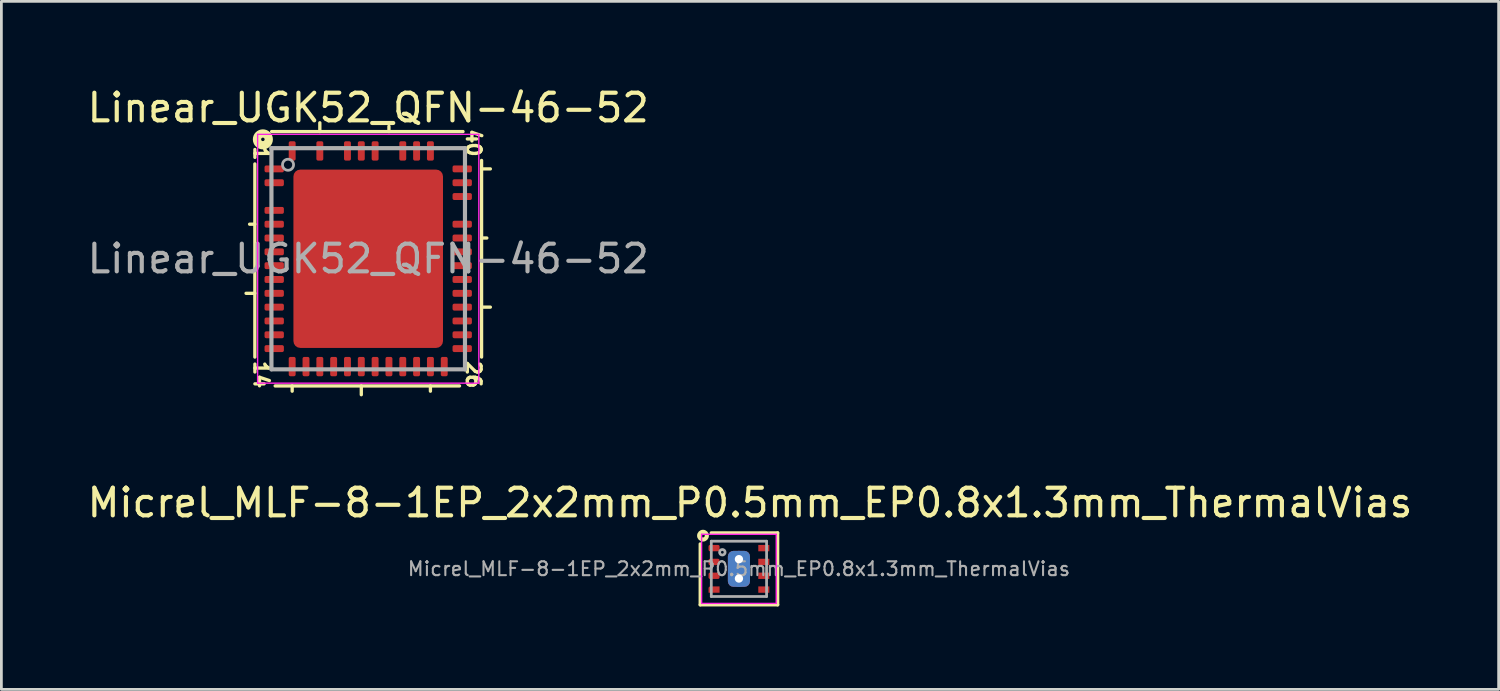
<source format=kicad_pcb>
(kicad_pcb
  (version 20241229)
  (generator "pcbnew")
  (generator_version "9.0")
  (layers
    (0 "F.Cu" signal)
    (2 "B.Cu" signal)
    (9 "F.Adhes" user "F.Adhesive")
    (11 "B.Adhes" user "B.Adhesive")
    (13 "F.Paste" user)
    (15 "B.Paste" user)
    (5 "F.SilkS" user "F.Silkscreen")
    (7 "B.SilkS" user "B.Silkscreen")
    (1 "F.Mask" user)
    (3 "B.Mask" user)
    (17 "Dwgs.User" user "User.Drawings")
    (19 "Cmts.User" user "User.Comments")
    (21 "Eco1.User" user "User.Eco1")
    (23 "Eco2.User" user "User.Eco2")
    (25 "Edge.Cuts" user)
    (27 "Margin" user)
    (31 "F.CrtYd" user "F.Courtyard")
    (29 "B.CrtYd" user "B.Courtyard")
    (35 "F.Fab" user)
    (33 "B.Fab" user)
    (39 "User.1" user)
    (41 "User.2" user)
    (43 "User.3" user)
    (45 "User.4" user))
  (footprint "Linear_UGK52_QFN-46-52"
    (layer "F.Cu")
    (at 10.268 6.309)
    (property "Reference" "Linear_UGK52_QFN-46-52" (at 0 -5.461 0) (layer "F.SilkS") (effects (font (size 1 1) (thickness 0.15))))
    (attr smd)
    (fp_line (start -4.1 -3.429) (end -4.1 3.556) (stroke (width 0.12) (type solid)) (layer "F.SilkS"))
    (fp_line (start -4.1 -1.25) (end -4.29 -1.25) (stroke (width 0.12) (type solid)) (layer "F.SilkS"))
    (fp_line (start -4.1 1.25) (end -4.418 1.25) (stroke (width 0.12) (type solid)) (layer "F.SilkS"))
    (fp_line (start -3.365 4.6) (end 3.302 4.6) (stroke (width 0.12) (type solid)) (layer "F.SilkS"))
    (fp_line (start -2.75 4.6) (end -2.75 4.79) (stroke (width 0.12) (type solid)) (layer "F.SilkS"))
    (fp_line (start -1.75 -4.6) (end -1.75 -4.918) (stroke (width 0.12) (type solid)) (layer "F.SilkS"))
    (fp_line (start -0.25 4.6) (end -0.25 4.918) (stroke (width 0.12) (type solid)) (layer "F.SilkS"))
    (fp_line (start 0.75 -4.6) (end 0.75 -4.79) (stroke (width 0.12) (type solid)) (layer "F.SilkS"))
    (fp_line (start 2.25 4.6) (end 2.25 4.79) (stroke (width 0.12) (type solid)) (layer "F.SilkS"))
    (fp_line (start 3.429 -4.6) (end -3.493 -4.6) (stroke (width 0.12) (type solid)) (layer "F.SilkS"))
    (fp_line (start 4.1 -3.25) (end 4.418 -3.25) (stroke (width 0.12) (type solid)) (layer "F.SilkS"))
    (fp_line (start 4.1 -0.75) (end 4.29 -0.75) (stroke (width 0.12) (type solid)) (layer "F.SilkS"))
    (fp_line (start 4.1 1.75) (end 4.418 1.75) (stroke (width 0.12) (type solid)) (layer "F.SilkS"))
    (fp_line (start 4.1 3.556) (end 4.1 -3.556) (stroke (width 0.12) (type solid)) (layer "F.SilkS"))
    (fp_circle (center -3.81 -4.318) (end -3.747 -4.318) (stroke (width 0.3) (type solid)) (fill no) (layer "F.SilkS"))
    (fp_line (start -4 -4.5) (end -4 4.5) (stroke (width 0.05) (type solid)) (layer "F.CrtYd"))
    (fp_line (start -4 -4.5) (end 4 -4.5) (stroke (width 0.05) (type solid)) (layer "F.CrtYd"))
    (fp_line (start -4 4.5) (end 4 4.5) (stroke (width 0.05) (type solid)) (layer "F.CrtYd"))
    (fp_line (start 4 -4.5) (end 4 4.5) (stroke (width 0.05) (type solid)) (layer "F.CrtYd"))
    (fp_line (start -3.5 -4) (end 3.5 -4) (stroke (width 0.15) (type solid)) (layer "F.Fab"))
    (fp_line (start -3.5 4) (end -3.5 -4) (stroke (width 0.15) (type solid)) (layer "F.Fab"))
    (fp_line (start 3.5 -4) (end 3.5 4) (stroke (width 0.15) (type solid)) (layer "F.Fab"))
    (fp_line (start 3.5 4) (end -3.5 4) (stroke (width 0.15) (type solid)) (layer "F.Fab"))
    (fp_circle (center -2.9 -3.4) (end -2.7 -3.4) (stroke (width 0.1) (type solid)) (fill no) (layer "F.Fab"))
    (fp_text user "26" (at 3.81 4.191 270) (unlocked yes) (layer "F.SilkS") (effects (font (size 0.5 0.5) (thickness 0.12))))
    (fp_text user "40" (at 3.81 -4.191 270) (unlocked yes) (layer "F.SilkS") (effects (font (size 0.5 0.5) (thickness 0.12))))
    (fp_text user "1" (at -3.873 -3.81 270) (unlocked yes) (layer "F.SilkS") (effects (font (size 0.5 0.5) (thickness 0.12))))
    (fp_text user "14" (at -3.873 4.191 270) (unlocked yes) (layer "F.SilkS") (effects (font (size 0.5 0.5) (thickness 0.12))))
    (fp_text user "${REFERENCE}" (at 0 0 0) (layer "F.Fab") (effects (font (size 1 1) (thickness 0.15))))
    (pad "" smd roundrect (at -1.75 -2.5 90) (size 1 1.5) (layers "F.Paste") (roundrect_rratio 0.046))
    (pad "" smd roundrect (at -1.75 -1.25 90) (size 1 1.5) (layers "F.Paste") (roundrect_rratio 0.046))
    (pad "" smd roundrect (at -1.75 0 90) (size 1 1.5) (layers "F.Paste") (roundrect_rratio 0.046))
    (pad "" smd roundrect (at -1.75 1.25 90) (size 1 1.5) (layers "F.Paste") (roundrect_rratio 0.046))
    (pad "" smd roundrect (at -1.75 2.5 90) (size 1 1.5) (layers "F.Paste") (roundrect_rratio 0.046))
    (pad "" smd roundrect (at 0 -2.5 90) (size 1 1.5) (layers "F.Paste") (roundrect_rratio 0.046))
    (pad "" smd roundrect (at 0 -1.25 90) (size 1 1.5) (layers "F.Paste") (roundrect_rratio 0.046))
    (pad "" smd roundrect (at 0 0 90) (size 1 1.5) (layers "F.Paste") (roundrect_rratio 0.046))
    (pad "" smd roundrect (at 0 1.25 90) (size 1 1.5) (layers "F.Paste") (roundrect_rratio 0.046))
    (pad "" smd roundrect (at 0 2.5 90) (size 1 1.5) (layers "F.Paste") (roundrect_rratio 0.046))
    (pad "" smd roundrect (at 1.75 -2.5 90) (size 1 1.5) (layers "F.Paste") (roundrect_rratio 0.046))
    (pad "" smd roundrect (at 1.75 -1.25 90) (size 1 1.5) (layers "F.Paste") (roundrect_rratio 0.046))
    (pad "" smd roundrect (at 1.75 0 90) (size 1 1.5) (layers "F.Paste") (roundrect_rratio 0.046))
    (pad "" smd roundrect (at 1.75 1.25 90) (size 1 1.5) (layers "F.Paste") (roundrect_rratio 0.046))
    (pad "" smd roundrect (at 1.75 2.5 90) (size 1 1.5) (layers "F.Paste") (roundrect_rratio 0.046))
    (pad "1" smd roundrect (at -3.4 -3.25) (size 0.7 0.25) (layers "F.Cu" "F.Mask" "F.Paste") (roundrect_rratio 0.25))
    (pad "2" smd roundrect (at -3.4 -2.75) (size 0.7 0.25) (layers "F.Cu" "F.Mask" "F.Paste") (roundrect_rratio 0.25))
    (pad "4" smd roundrect (at -3.4 -1.75) (size 0.7 0.25) (layers "F.Cu" "F.Mask" "F.Paste") (roundrect_rratio 0.25))
    (pad "5" smd roundrect (at -3.4 -1.25) (size 0.7 0.25) (layers "F.Cu" "F.Mask" "F.Paste") (roundrect_rratio 0.25))
    (pad "6" smd roundrect (at -3.4 -0.75) (size 0.7 0.25) (layers "F.Cu" "F.Mask" "F.Paste") (roundrect_rratio 0.25))
    (pad "7" smd roundrect (at -3.4 -0.25) (size 0.7 0.25) (layers "F.Cu" "F.Mask" "F.Paste") (roundrect_rratio 0.25))
    (pad "8" smd roundrect (at -3.4 0.25) (size 0.7 0.25) (layers "F.Cu" "F.Mask" "F.Paste") (roundrect_rratio 0.25))
    (pad "9" smd roundrect (at -3.4 0.75) (size 0.7 0.25) (layers "F.Cu" "F.Mask" "F.Paste") (roundrect_rratio 0.25))
    (pad "10" smd roundrect (at -3.4 1.25) (size 0.7 0.25) (layers "F.Cu" "F.Mask" "F.Paste") (roundrect_rratio 0.25))
    (pad "11" smd roundrect (at -3.4 1.75) (size 0.7 0.25) (layers "F.Cu" "F.Mask" "F.Paste") (roundrect_rratio 0.25))
    (pad "12" smd roundrect (at -3.4 2.25) (size 0.7 0.25) (layers "F.Cu" "F.Mask" "F.Paste") (roundrect_rratio 0.25))
    (pad "13" smd roundrect (at -3.4 2.75) (size 0.7 0.25) (layers "F.Cu" "F.Mask" "F.Paste") (roundrect_rratio 0.25))
    (pad "14" smd roundrect (at -3.4 3.25) (size 0.7 0.25) (layers "F.Cu" "F.Mask" "F.Paste") (roundrect_rratio 0.25))
    (pad "15" smd roundrect (at -2.75 3.9 90) (size 0.7 0.25) (layers "F.Cu" "F.Mask" "F.Paste") (roundrect_rratio 0.25))
    (pad "16" smd roundrect (at -2.25 3.9 90) (size 0.7 0.25) (layers "F.Cu" "F.Mask" "F.Paste") (roundrect_rratio 0.25))
    (pad "17" smd roundrect (at -1.75 3.9 90) (size 0.7 0.25) (layers "F.Cu" "F.Mask" "F.Paste") (roundrect_rratio 0.25))
    (pad "18" smd roundrect (at -1.25 3.9 90) (size 0.7 0.25) (layers "F.Cu" "F.Mask" "F.Paste") (roundrect_rratio 0.25))
    (pad "19" smd roundrect (at -0.75 3.9 90) (size 0.7 0.25) (layers "F.Cu" "F.Mask" "F.Paste") (roundrect_rratio 0.25))
    (pad "20" smd roundrect (at -0.25 3.9 90) (size 0.7 0.25) (layers "F.Cu" "F.Mask" "F.Paste") (roundrect_rratio 0.25))
    (pad "21" smd roundrect (at 0.25 3.9 90) (size 0.7 0.25) (layers "F.Cu" "F.Mask" "F.Paste") (roundrect_rratio 0.25))
    (pad "22" smd roundrect (at 0.75 3.9 90) (size 0.7 0.25) (layers "F.Cu" "F.Mask" "F.Paste") (roundrect_rratio 0.25))
    (pad "23" smd roundrect (at 1.25 3.9 90) (size 0.7 0.25) (layers "F.Cu" "F.Mask" "F.Paste") (roundrect_rratio 0.25))
    (pad "24" smd roundrect (at 1.75 3.9 90) (size 0.7 0.25) (layers "F.Cu" "F.Mask" "F.Paste") (roundrect_rratio 0.25))
    (pad "25" smd roundrect (at 2.25 3.9 90) (size 0.7 0.25) (layers "F.Cu" "F.Mask" "F.Paste") (roundrect_rratio 0.25))
    (pad "26" smd roundrect (at 2.75 3.9 90) (size 0.7 0.25) (layers "F.Cu" "F.Mask" "F.Paste") (roundrect_rratio 0.25))
    (pad "27" smd roundrect (at 3.4 3.25) (size 0.7 0.25) (layers "F.Cu" "F.Mask" "F.Paste") (roundrect_rratio 0.25))
    (pad "28" smd roundrect (at 3.4 2.75) (size 0.7 0.25) (layers "F.Cu" "F.Mask" "F.Paste") (roundrect_rratio 0.25))
    (pad "29" smd roundrect (at 3.4 2.25) (size 0.7 0.25) (layers "F.Cu" "F.Mask" "F.Paste") (roundrect_rratio 0.25))
    (pad "30" smd roundrect (at 3.4 1.75) (size 0.7 0.25) (layers "F.Cu" "F.Mask" "F.Paste") (roundrect_rratio 0.25))
    (pad "31" smd roundrect (at 3.4 1.25) (size 0.7 0.25) (layers "F.Cu" "F.Mask" "F.Paste") (roundrect_rratio 0.25))
    (pad "32" smd roundrect (at 3.4 0.75) (size 0.7 0.25) (layers "F.Cu" "F.Mask" "F.Paste") (roundrect_rratio 0.25))
    (pad "33" smd roundrect (at 3.4 0.25) (size 0.7 0.25) (layers "F.Cu" "F.Mask" "F.Paste") (roundrect_rratio 0.25))
    (pad "34" smd roundrect (at 3.4 -0.25) (size 0.7 0.25) (layers "F.Cu" "F.Mask" "F.Paste") (roundrect_rratio 0.25))
    (pad "35" smd roundrect (at 3.4 -0.75) (size 0.7 0.25) (layers "F.Cu" "F.Mask" "F.Paste") (roundrect_rratio 0.25))
    (pad "36" smd roundrect (at 3.4 -1.25) (size 0.7 0.25) (layers "F.Cu" "F.Mask" "F.Paste") (roundrect_rratio 0.25))
    (pad "38" smd roundrect (at 3.4 -2.25) (size 0.7 0.25) (layers "F.Cu" "F.Mask" "F.Paste") (roundrect_rratio 0.25))
    (pad "39" smd roundrect (at 3.4 -2.75) (size 0.7 0.25) (layers "F.Cu" "F.Mask" "F.Paste") (roundrect_rratio 0.25))
    (pad "40" smd roundrect (at 3.4 -3.25) (size 0.7 0.25) (layers "F.Cu" "F.Mask" "F.Paste") (roundrect_rratio 0.25))
    (pad "42" smd roundrect (at 2.25 -3.9 90) (size 0.7 0.25) (layers "F.Cu" "F.Mask" "F.Paste") (roundrect_rratio 0.25))
    (pad "43" smd roundrect (at 1.75 -3.9 90) (size 0.7 0.25) (layers "F.Cu" "F.Mask" "F.Paste") (roundrect_rratio 0.25))
    (pad "44" smd roundrect (at 1.25 -3.9 90) (size 0.7 0.25) (layers "F.Cu" "F.Mask" "F.Paste") (roundrect_rratio 0.25))
    (pad "46" smd roundrect (at 0.25 -3.9 90) (size 0.7 0.25) (layers "F.Cu" "F.Mask" "F.Paste") (roundrect_rratio 0.25))
    (pad "47" smd roundrect (at -0.25 -3.9 90) (size 0.7 0.25) (layers "F.Cu" "F.Mask" "F.Paste") (roundrect_rratio 0.25))
    (pad "48" smd roundrect (at -0.75 -3.9 90) (size 0.7 0.25) (layers "F.Cu" "F.Mask" "F.Paste") (roundrect_rratio 0.25))
    (pad "50" smd roundrect (at -1.75 -3.9 90) (size 0.7 0.25) (layers "F.Cu" "F.Mask" "F.Paste") (roundrect_rratio 0.25))
    (pad "52" smd roundrect (at -2.75 -3.9 90) (size 0.7 0.25) (layers "F.Cu" "F.Mask" "F.Paste") (roundrect_rratio 0.25))
    (pad "53" smd roundrect (at 0 0 90) (size 6.45 5.41) (layers "F.Cu" "F.Mask") (roundrect_rratio 0.046)))
  (footprint "Micrel_MLF-8-1EP_2x2mm_P0.5mm_EP0.8x1.3mm_ThermalVias"
    (layer "F.Cu")
    (at 23.677 17.525)
    (property "Reference" "Micrel_MLF-8-1EP_2x2mm_P0.5mm_EP0.8x1.3mm_ThermalVias" (at 0.4 -2.39 0) (layer "F.SilkS") (effects (font (size 1 1) (thickness 0.15))))
    (attr smd)
    (fp_line (start -1.4 1.3) (end -1.4 -0.9) (stroke (width 0.12) (type solid)) (layer "F.SilkS"))
    (fp_line (start -1 -1.3) (end 1.4 -1.3) (stroke (width 0.12) (type solid)) (layer "F.SilkS"))
    (fp_line (start 1.4 -1.3) (end 1.4 1.3) (stroke (width 0.12) (type solid)) (layer "F.SilkS"))
    (fp_line (start 1.4 1.3) (end -1.4 1.3) (stroke (width 0.12) (type solid)) (layer "F.SilkS"))
    (fp_circle (center -1.3 -1.2) (end -1.236 -1.2) (stroke (width 0.15) (type solid)) (fill no) (layer "F.SilkS"))
    (fp_line (start -1.35 -1.25) (end -1.35 1.25) (stroke (width 0.05) (type solid)) (layer "F.CrtYd"))
    (fp_line (start -1.35 -1.25) (end 1.35 -1.25) (stroke (width 0.05) (type solid)) (layer "F.CrtYd"))
    (fp_line (start 1.35 1.25) (end -1.35 1.25) (stroke (width 0.05) (type solid)) (layer "F.CrtYd"))
    (fp_line (start 1.35 1.25) (end 1.35 -1.25) (stroke (width 0.05) (type solid)) (layer "F.CrtYd"))
    (fp_line (start -1 -1) (end -1 1) (stroke (width 0.1) (type solid)) (layer "F.Fab"))
    (fp_line (start -1 -1) (end 1 -1) (stroke (width 0.1) (type solid)) (layer "F.Fab"))
    (fp_line (start 1 1) (end -1 1) (stroke (width 0.1) (type solid)) (layer "F.Fab"))
    (fp_line (start 1 1) (end 1 -1) (stroke (width 0.1) (type solid)) (layer "F.Fab"))
    (fp_circle (center -0.6 -0.6) (end -0.5 -0.6) (stroke (width 0.1) (type solid)) (fill no) (layer "F.Fab"))
    (fp_text user "${REFERENCE}" (at 0 0 0) (layer "F.Fab") (effects (font (size 0.5 0.5) (thickness 0.075))))
    (pad "" smd roundrect (at 0 -0.35) (size 0.55 0.55) (layers "F.Paste") (roundrect_rratio 0.25))
    (pad "" smd roundrect (at 0 0.35) (size 0.55 0.55) (layers "F.Paste") (roundrect_rratio 0.25))
    (pad "1" smd roundrect (at -0.9 -0.75) (size 0.4 0.23) (layers "F.Cu" "F.Mask" "F.Paste") (roundrect_rratio 0.25))
    (pad "2" smd roundrect (at -0.9 -0.25) (size 0.4 0.23) (layers "F.Cu" "F.Mask" "F.Paste") (roundrect_rratio 0.25))
    (pad "3" smd roundrect (at -0.9 0.25) (size 0.4 0.23) (layers "F.Cu" "F.Mask" "F.Paste") (roundrect_rratio 0.25))
    (pad "4" smd roundrect (at -0.9 0.75) (size 0.4 0.23) (layers "F.Cu" "F.Mask" "F.Paste") (roundrect_rratio 0) (chamfer_ratio 0.2) (chamfer top_left))
    (pad "5" smd rect (at 0.9 0.75) (size 0.4 0.23) (layers "F.Cu" "F.Mask" "F.Paste"))
    (pad "6" smd rect (at 0.9 0.25) (size 0.4 0.23) (layers "F.Cu" "F.Mask" "F.Paste"))
    (pad "7" smd rect (at 0.9 -0.25) (size 0.4 0.23) (layers "F.Cu" "F.Mask" "F.Paste"))
    (pad "8" smd rect (at 0.9 -0.75) (size 0.4 0.23) (layers "F.Cu" "F.Mask" "F.Paste"))
    (pad "9" thru_hole circle (at 0 -0.35) (size 0.6 0.6) (drill 0.3) (property pad_prop_heatsink) (layers "*.Cu"))
    (pad "9" smd roundrect (at 0 0) (size 0.8 1.3) (layers "F.Cu" "F.Mask") (roundrect_rratio 0.25))
    (pad "9" smd roundrect (at 0 0) (size 0.8 1.3) (layers "B.Cu" "B.Mask") (roundrect_rratio 0.25))
    (pad "9" thru_hole circle (at 0 0.35) (size 0.6 0.6) (drill 0.3) (property pad_prop_heatsink) (layers "*.Cu")))
  (gr_rect
    (start -3 -3)
    (end 51.155 21.885)
    (stroke (width 0.1) (type default))
    (fill no)
    (layer "Edge.Cuts")))
</source>
